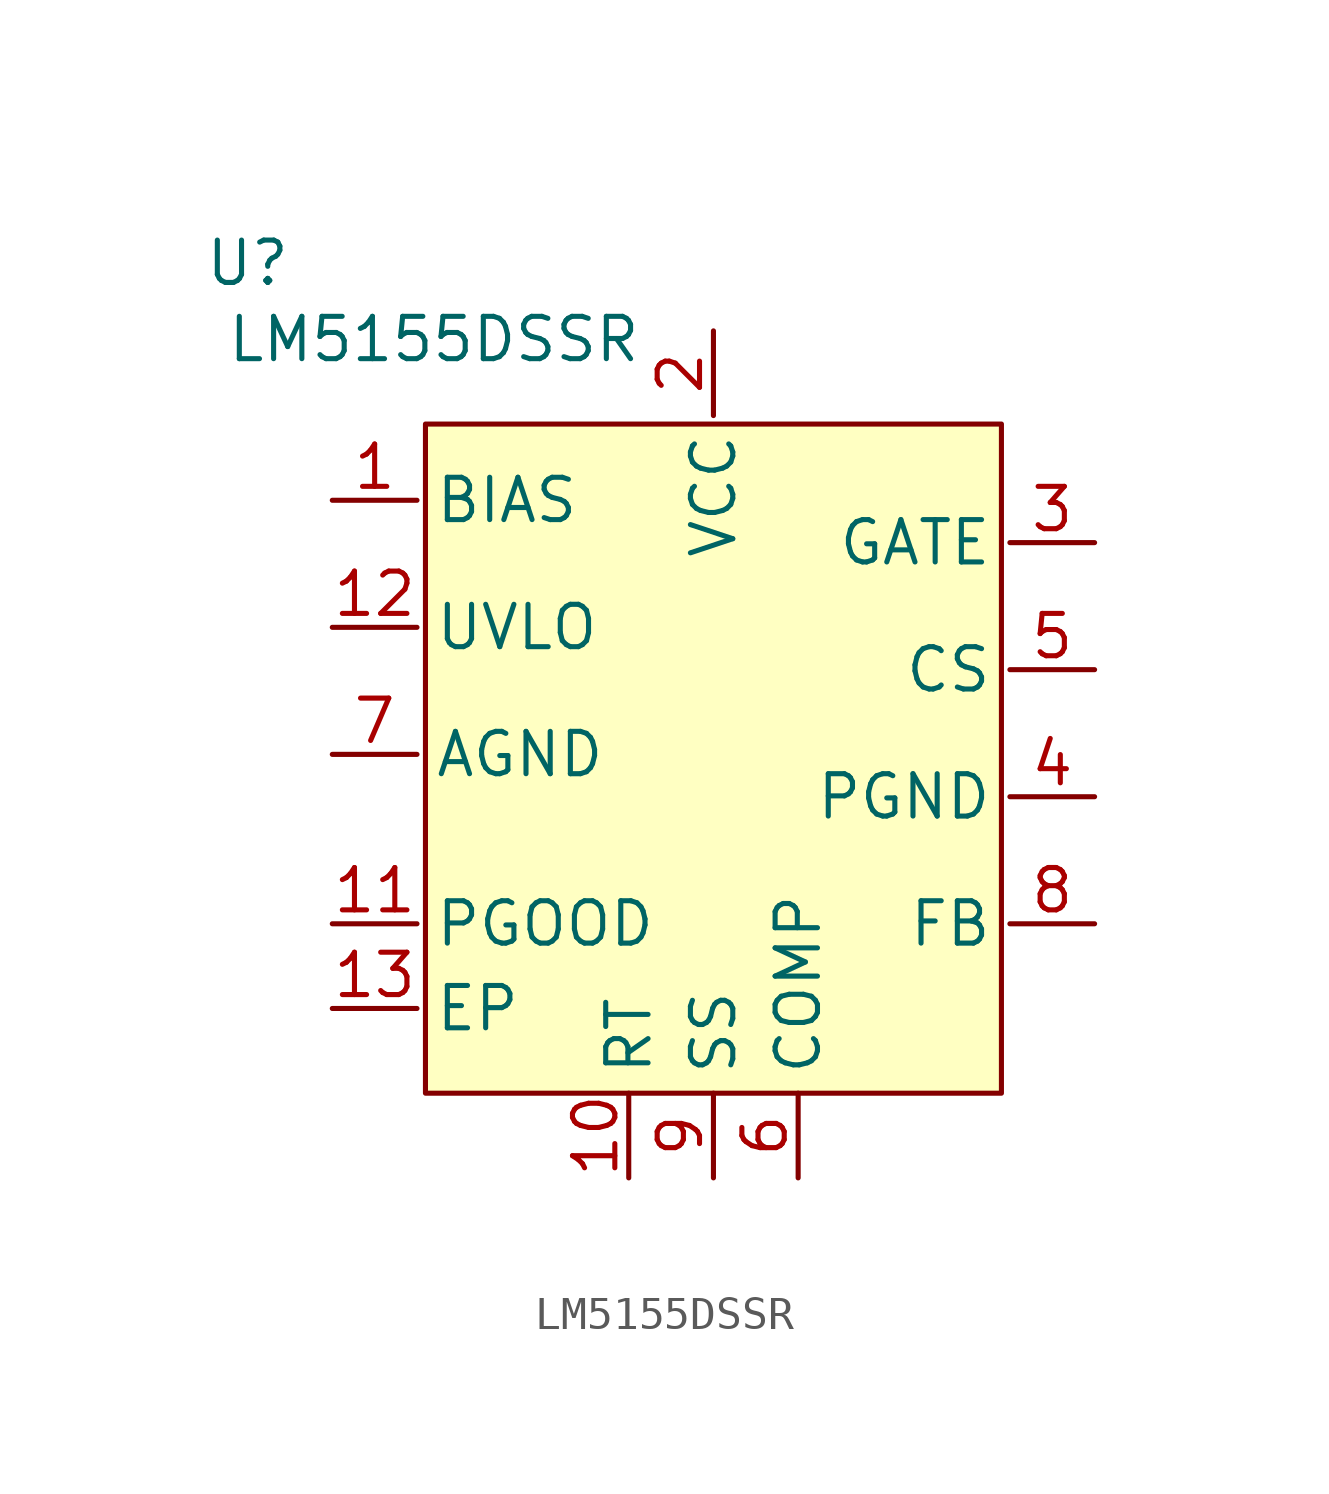
<source format=kicad_sym>
(kicad_symbol_lib
  (version 20231120)
  (generator "kicad_symbol_editor")
  (generator_version "8.0")
  (symbol "LM5155DSSR"
    (property "Reference" "U"
      (at -13.97 14.732 0)
      (effects (font (size 1.27 1.27))))
    (property "Value" "LM5155DSSR"
      (at -8.382 12.446 0)
      (effects (font (size 1.27 1.27))))
    (symbol "LM5155DSSR_1_1"
      (rectangle (start -8.636 9.906) (end 8.636 -10.16) (stroke (width 0) (type default)) (fill (type background)))
      (pin power_in line (at -11.43 7.62 0) (length 2.54) (name "BIAS" (effects (font (size 1.27 1.27)))) (number "1" (effects (font (size 1.27 1.27)))))
      (pin input line (at -2.54 -12.7 90) (length 2.54) (name "RT" (effects (font (size 1.27 1.27)))) (number "10" (effects (font (size 1.27 1.27)))))
      (pin output line (at -11.43 -5.08 0) (length 2.54) (name "PGOOD" (effects (font (size 1.27 1.27)))) (number "11" (effects (font (size 1.27 1.27)))))
      (pin input line (at -11.43 3.81 0) (length 2.54) (name "UVLO" (effects (font (size 1.27 1.27)))) (number "12" (effects (font (size 1.27 1.27)))))
      (pin passive line (at -11.43 -7.62 0) (length 2.54) (name "EP" (effects (font (size 1.27 1.27)))) (number "13" (effects (font (size 1.27 1.27)))))
      (pin power_in line (at 0 12.7 270) (length 2.54) (name "VCC" (effects (font (size 1.27 1.27)))) (number "2" (effects (font (size 1.27 1.27)))))
      (pin output line (at 11.43 6.35 180) (length 2.54) (name "GATE" (effects (font (size 1.27 1.27)))) (number "3" (effects (font (size 1.27 1.27)))))
      (pin power_in line (at 11.43 -1.27 180) (length 2.54) (name "PGND" (effects (font (size 1.27 1.27)))) (number "4" (effects (font (size 1.27 1.27)))))
      (pin input line (at 11.43 2.54 180) (length 2.54) (name "CS" (effects (font (size 1.27 1.27)))) (number "5" (effects (font (size 1.27 1.27)))))
      (pin output line (at 2.54 -12.7 90) (length 2.54) (name "COMP" (effects (font (size 1.27 1.27)))) (number "6" (effects (font (size 1.27 1.27)))))
      (pin power_in line (at -11.43 0 0) (length 2.54) (name "AGND" (effects (font (size 1.27 1.27)))) (number "7" (effects (font (size 1.27 1.27)))))
      (pin input line (at 11.43 -5.08 180) (length 2.54) (name "FB" (effects (font (size 1.27 1.27)))) (number "8" (effects (font (size 1.27 1.27)))))
      (pin input line (at 0 -12.7 90) (length 2.54) (name "SS" (effects (font (size 1.27 1.27)))) (number "9" (effects (font (size 1.27 1.27))))))))
</source>
